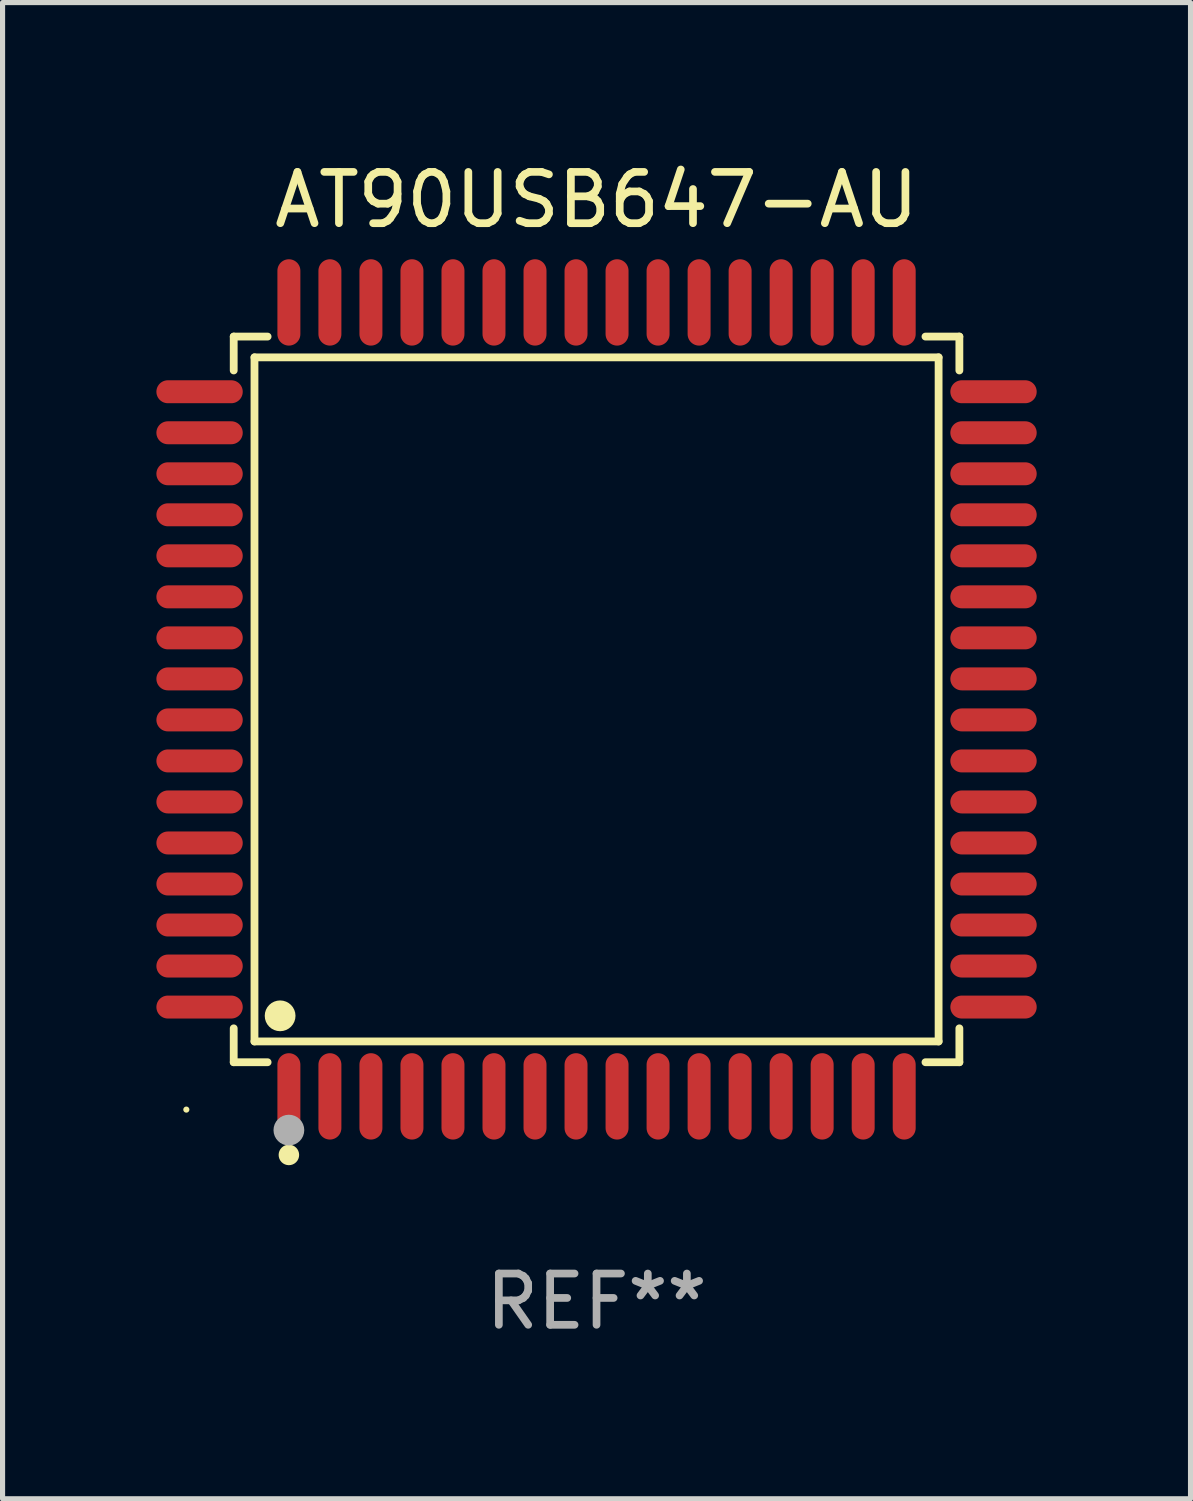
<source format=kicad_pcb>
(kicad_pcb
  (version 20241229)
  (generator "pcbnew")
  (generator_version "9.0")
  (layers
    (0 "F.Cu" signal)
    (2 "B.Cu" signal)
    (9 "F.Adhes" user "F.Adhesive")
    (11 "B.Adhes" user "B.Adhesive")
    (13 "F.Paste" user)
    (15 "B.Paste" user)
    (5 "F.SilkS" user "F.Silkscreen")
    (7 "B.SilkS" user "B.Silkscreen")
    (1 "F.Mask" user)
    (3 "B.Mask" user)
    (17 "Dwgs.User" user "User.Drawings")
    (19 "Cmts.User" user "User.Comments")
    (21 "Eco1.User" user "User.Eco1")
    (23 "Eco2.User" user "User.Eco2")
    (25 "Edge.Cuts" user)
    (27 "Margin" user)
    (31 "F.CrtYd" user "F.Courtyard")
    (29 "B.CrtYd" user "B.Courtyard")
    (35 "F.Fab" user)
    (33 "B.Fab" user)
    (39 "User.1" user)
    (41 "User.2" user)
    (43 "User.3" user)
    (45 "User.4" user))
  (footprint "AT90USB647-AU"
    (layer "F.Cu")
    (at 8.584 10.59)
    (property "Reference" "AT90USB647-AU" (at 0 -9.742 0) (layer "F.SilkS") (effects (font (size 1 1) (thickness 0.15))))
    (attr through_hole)
    (fp_line (start -7.076 -7.076) (end -6.415 -7.076) (stroke (width 0.152) (type solid)) (layer "F.SilkS"))
    (fp_line (start -7.076 -6.415) (end -7.076 -7.076) (stroke (width 0.152) (type solid)) (layer "F.SilkS"))
    (fp_line (start -7.076 6.415) (end -7.076 7.076) (stroke (width 0.152) (type solid)) (layer "F.SilkS"))
    (fp_line (start -7.076 7.076) (end -6.415 7.076) (stroke (width 0.152) (type solid)) (layer "F.SilkS"))
    (fp_line (start -6.671 -6.671) (end 6.671 -6.671) (stroke (width 0.152) (type solid)) (layer "F.SilkS"))
    (fp_line (start -6.671 6.671) (end -6.671 -6.671) (stroke (width 0.152) (type solid)) (layer "F.SilkS"))
    (fp_line (start 6.671 -6.671) (end 6.671 6.671) (stroke (width 0.152) (type solid)) (layer "F.SilkS"))
    (fp_line (start 6.671 6.671) (end -6.671 6.671) (stroke (width 0.152) (type solid)) (layer "F.SilkS"))
    (fp_line (start 7.076 -7.076) (end 6.415 -7.076) (stroke (width 0.152) (type solid)) (layer "F.SilkS"))
    (fp_line (start 7.076 -6.415) (end 7.076 -7.076) (stroke (width 0.152) (type solid)) (layer "F.SilkS"))
    (fp_line (start 7.076 6.415) (end 7.076 7.076) (stroke (width 0.152) (type solid)) (layer "F.SilkS"))
    (fp_line (start 7.076 7.076) (end 6.415 7.076) (stroke (width 0.152) (type solid)) (layer "F.SilkS"))
    (fp_circle (center -8 8) (end -7.97 8) (stroke (width 0.06) (type solid)) (fill no) (layer "F.SilkS"))
    (fp_circle (center -6.171 6.171) (end -6.021 6.171) (stroke (width 0.3) (type solid)) (fill no) (layer "F.SilkS"))
    (fp_circle (center -6 8.884) (end -5.9 8.884) (stroke (width 0.2) (type solid)) (fill no) (layer "F.SilkS"))
    (fp_circle (center -6 8.4) (end -5.85 8.4) (stroke (width 0.3) (type solid)) (fill no) (layer "F.Fab"))
    (fp_text user "REF**" (at 0 11.742 0) (layer "F.Fab") (effects (font (size 1 1) (thickness 0.15))))
    (pad "1" smd oval (at -6 7.742) (size 0.448 1.684) (layers "F.Cu" "F.Mask" "F.Paste"))
    (pad "2" smd oval (at -5.2 7.742) (size 0.448 1.684) (layers "F.Cu" "F.Mask" "F.Paste"))
    (pad "3" smd oval (at -4.4 7.742) (size 0.448 1.684) (layers "F.Cu" "F.Mask" "F.Paste"))
    (pad "4" smd oval (at -3.6 7.742) (size 0.448 1.684) (layers "F.Cu" "F.Mask" "F.Paste"))
    (pad "5" smd oval (at -2.8 7.742) (size 0.448 1.684) (layers "F.Cu" "F.Mask" "F.Paste"))
    (pad "6" smd oval (at -2 7.742) (size 0.448 1.684) (layers "F.Cu" "F.Mask" "F.Paste"))
    (pad "7" smd oval (at -1.2 7.742) (size 0.448 1.684) (layers "F.Cu" "F.Mask" "F.Paste"))
    (pad "8" smd oval (at -0.4 7.742) (size 0.448 1.684) (layers "F.Cu" "F.Mask" "F.Paste"))
    (pad "9" smd oval (at 0.4 7.742) (size 0.448 1.684) (layers "F.Cu" "F.Mask" "F.Paste"))
    (pad "10" smd oval (at 1.2 7.742) (size 0.448 1.684) (layers "F.Cu" "F.Mask" "F.Paste"))
    (pad "11" smd oval (at 2 7.742) (size 0.448 1.684) (layers "F.Cu" "F.Mask" "F.Paste"))
    (pad "12" smd oval (at 2.8 7.742) (size 0.448 1.684) (layers "F.Cu" "F.Mask" "F.Paste"))
    (pad "13" smd oval (at 3.6 7.742) (size 0.448 1.684) (layers "F.Cu" "F.Mask" "F.Paste"))
    (pad "14" smd oval (at 4.4 7.742) (size 0.448 1.684) (layers "F.Cu" "F.Mask" "F.Paste"))
    (pad "15" smd oval (at 5.2 7.742) (size 0.448 1.684) (layers "F.Cu" "F.Mask" "F.Paste"))
    (pad "16" smd oval (at 6 7.742) (size 0.448 1.684) (layers "F.Cu" "F.Mask" "F.Paste"))
    (pad "17" smd oval (at 7.742 6) (size 1.684 0.448) (layers "F.Cu" "F.Mask" "F.Paste"))
    (pad "18" smd oval (at 7.742 5.2) (size 1.684 0.448) (layers "F.Cu" "F.Mask" "F.Paste"))
    (pad "19" smd oval (at 7.742 4.4) (size 1.684 0.448) (layers "F.Cu" "F.Mask" "F.Paste"))
    (pad "20" smd oval (at 7.742 3.6) (size 1.684 0.448) (layers "F.Cu" "F.Mask" "F.Paste"))
    (pad "21" smd oval (at 7.742 2.8) (size 1.684 0.448) (layers "F.Cu" "F.Mask" "F.Paste"))
    (pad "22" smd oval (at 7.742 2) (size 1.684 0.448) (layers "F.Cu" "F.Mask" "F.Paste"))
    (pad "23" smd oval (at 7.742 1.2) (size 1.684 0.448) (layers "F.Cu" "F.Mask" "F.Paste"))
    (pad "24" smd oval (at 7.742 0.4) (size 1.684 0.448) (layers "F.Cu" "F.Mask" "F.Paste"))
    (pad "25" smd oval (at 7.742 -0.4) (size 1.684 0.448) (layers "F.Cu" "F.Mask" "F.Paste"))
    (pad "26" smd oval (at 7.742 -1.2) (size 1.684 0.448) (layers "F.Cu" "F.Mask" "F.Paste"))
    (pad "27" smd oval (at 7.742 -2) (size 1.684 0.448) (layers "F.Cu" "F.Mask" "F.Paste"))
    (pad "28" smd oval (at 7.742 -2.8) (size 1.684 0.448) (layers "F.Cu" "F.Mask" "F.Paste"))
    (pad "29" smd oval (at 7.742 -3.6) (size 1.684 0.448) (layers "F.Cu" "F.Mask" "F.Paste"))
    (pad "30" smd oval (at 7.742 -4.4) (size 1.684 0.448) (layers "F.Cu" "F.Mask" "F.Paste"))
    (pad "31" smd oval (at 7.742 -5.2) (size 1.684 0.448) (layers "F.Cu" "F.Mask" "F.Paste"))
    (pad "32" smd oval (at 7.742 -6) (size 1.684 0.448) (layers "F.Cu" "F.Mask" "F.Paste"))
    (pad "33" smd oval (at 6 -7.742) (size 0.448 1.684) (layers "F.Cu" "F.Mask" "F.Paste"))
    (pad "34" smd oval (at 5.2 -7.742) (size 0.448 1.684) (layers "F.Cu" "F.Mask" "F.Paste"))
    (pad "35" smd oval (at 4.4 -7.742) (size 0.448 1.684) (layers "F.Cu" "F.Mask" "F.Paste"))
    (pad "36" smd oval (at 3.6 -7.742) (size 0.448 1.684) (layers "F.Cu" "F.Mask" "F.Paste"))
    (pad "37" smd oval (at 2.8 -7.742) (size 0.448 1.684) (layers "F.Cu" "F.Mask" "F.Paste"))
    (pad "38" smd oval (at 2 -7.742) (size 0.448 1.684) (layers "F.Cu" "F.Mask" "F.Paste"))
    (pad "39" smd oval (at 1.2 -7.742) (size 0.448 1.684) (layers "F.Cu" "F.Mask" "F.Paste"))
    (pad "40" smd oval (at 0.4 -7.742) (size 0.448 1.684) (layers "F.Cu" "F.Mask" "F.Paste"))
    (pad "41" smd oval (at -0.4 -7.742) (size 0.448 1.684) (layers "F.Cu" "F.Mask" "F.Paste"))
    (pad "42" smd oval (at -1.2 -7.742) (size 0.448 1.684) (layers "F.Cu" "F.Mask" "F.Paste"))
    (pad "43" smd oval (at -2 -7.742) (size 0.448 1.684) (layers "F.Cu" "F.Mask" "F.Paste"))
    (pad "44" smd oval (at -2.8 -7.742) (size 0.448 1.684) (layers "F.Cu" "F.Mask" "F.Paste"))
    (pad "45" smd oval (at -3.6 -7.742) (size 0.448 1.684) (layers "F.Cu" "F.Mask" "F.Paste"))
    (pad "46" smd oval (at -4.4 -7.742) (size 0.448 1.684) (layers "F.Cu" "F.Mask" "F.Paste"))
    (pad "47" smd oval (at -5.2 -7.742) (size 0.448 1.684) (layers "F.Cu" "F.Mask" "F.Paste"))
    (pad "48" smd oval (at -6 -7.742) (size 0.448 1.684) (layers "F.Cu" "F.Mask" "F.Paste"))
    (pad "49" smd oval (at -7.742 -6) (size 1.684 0.448) (layers "F.Cu" "F.Mask" "F.Paste"))
    (pad "50" smd oval (at -7.742 -5.2) (size 1.684 0.448) (layers "F.Cu" "F.Mask" "F.Paste"))
    (pad "51" smd oval (at -7.742 -4.4) (size 1.684 0.448) (layers "F.Cu" "F.Mask" "F.Paste"))
    (pad "52" smd oval (at -7.742 -3.6) (size 1.684 0.448) (layers "F.Cu" "F.Mask" "F.Paste"))
    (pad "53" smd oval (at -7.742 -2.8) (size 1.684 0.448) (layers "F.Cu" "F.Mask" "F.Paste"))
    (pad "54" smd oval (at -7.742 -2) (size 1.684 0.448) (layers "F.Cu" "F.Mask" "F.Paste"))
    (pad "55" smd oval (at -7.742 -1.2) (size 1.684 0.448) (layers "F.Cu" "F.Mask" "F.Paste"))
    (pad "56" smd oval (at -7.742 -0.4) (size 1.684 0.448) (layers "F.Cu" "F.Mask" "F.Paste"))
    (pad "57" smd oval (at -7.742 0.4) (size 1.684 0.448) (layers "F.Cu" "F.Mask" "F.Paste"))
    (pad "58" smd oval (at -7.742 1.2) (size 1.684 0.448) (layers "F.Cu" "F.Mask" "F.Paste"))
    (pad "59" smd oval (at -7.742 2) (size 1.684 0.448) (layers "F.Cu" "F.Mask" "F.Paste"))
    (pad "60" smd oval (at -7.742 2.8) (size 1.684 0.448) (layers "F.Cu" "F.Mask" "F.Paste"))
    (pad "61" smd oval (at -7.742 3.6) (size 1.684 0.448) (layers "F.Cu" "F.Mask" "F.Paste"))
    (pad "62" smd oval (at -7.742 4.4) (size 1.684 0.448) (layers "F.Cu" "F.Mask" "F.Paste"))
    (pad "63" smd oval (at -7.742 5.2) (size 1.684 0.448) (layers "F.Cu" "F.Mask" "F.Paste"))
    (pad "64" smd oval (at -7.742 6) (size 1.684 0.448) (layers "F.Cu" "F.Mask" "F.Paste")))
  (gr_rect
    (start -3 -3)
    (end 20.168 26.18)
    (stroke (width 0.1) (type default))
    (fill no)
    (layer "Edge.Cuts")))
</source>
